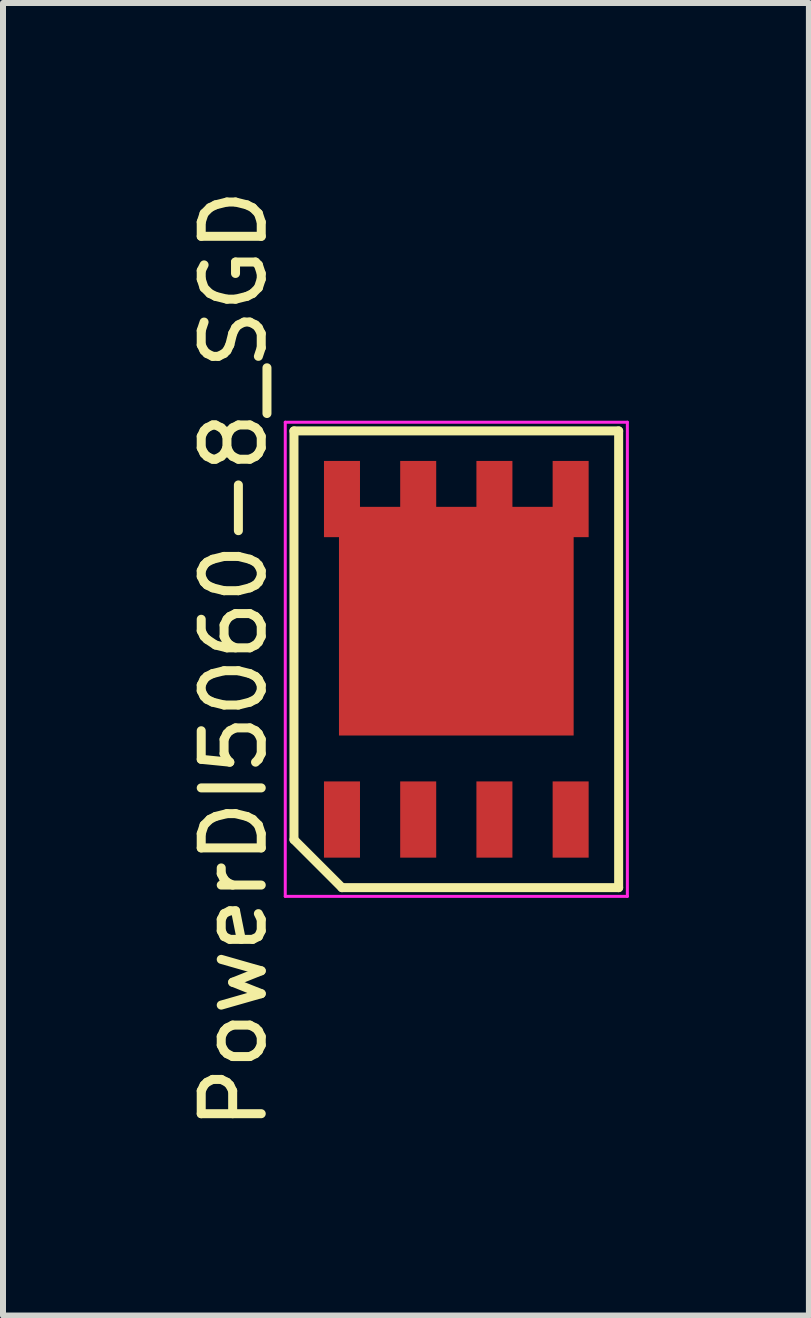
<source format=kicad_pcb>
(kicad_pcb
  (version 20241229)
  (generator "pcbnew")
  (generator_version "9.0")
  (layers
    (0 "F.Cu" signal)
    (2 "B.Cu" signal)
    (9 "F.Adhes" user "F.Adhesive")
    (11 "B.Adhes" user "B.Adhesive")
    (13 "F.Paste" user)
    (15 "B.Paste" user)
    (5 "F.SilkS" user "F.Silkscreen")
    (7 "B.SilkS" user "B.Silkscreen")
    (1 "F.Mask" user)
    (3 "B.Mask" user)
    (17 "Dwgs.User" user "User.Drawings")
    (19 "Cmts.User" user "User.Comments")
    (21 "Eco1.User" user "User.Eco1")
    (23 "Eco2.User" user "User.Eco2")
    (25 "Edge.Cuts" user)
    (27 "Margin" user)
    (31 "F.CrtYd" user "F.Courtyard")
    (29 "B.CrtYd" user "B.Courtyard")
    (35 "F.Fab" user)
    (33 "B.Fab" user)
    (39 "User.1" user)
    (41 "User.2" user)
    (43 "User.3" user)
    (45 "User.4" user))
  (footprint "PowerDI5060-8_SGD"
    (layer "F.Cu")
    (at 4.553 7.935)
    (property "Reference" "PowerDI5060-8_SGD" (at -3.705 0 90) (layer "F.SilkS") (effects (font (size 1 1) (thickness 0.15))))
    (attr smd)
    (fp_line (start -2.705 -3.805) (end 2.705 -3.805) (stroke (width 0.15) (type solid)) (layer "F.SilkS"))
    (fp_line (start -2.705 3.005) (end -2.705 -3.805) (stroke (width 0.15) (type solid)) (layer "F.SilkS"))
    (fp_line (start -1.905 3.805) (end -2.705 3.005) (stroke (width 0.15) (type solid)) (layer "F.SilkS"))
    (fp_line (start 2.705 -3.805) (end 2.705 3.805) (stroke (width 0.15) (type solid)) (layer "F.SilkS"))
    (fp_line (start 2.705 3.805) (end -1.905 3.805) (stroke (width 0.15) (type solid)) (layer "F.SilkS"))
    (fp_line (start -2.85 -3.95) (end 2.85 -3.95) (stroke (width 0.05) (type solid)) (layer "F.CrtYd"))
    (fp_line (start -2.85 3.95) (end -2.85 -3.95) (stroke (width 0.05) (type solid)) (layer "F.CrtYd"))
    (fp_line (start 2.85 -3.95) (end 2.85 3.95) (stroke (width 0.05) (type solid)) (layer "F.CrtYd"))
    (fp_line (start 2.85 3.95) (end -2.85 3.95) (stroke (width 0.05) (type solid)) (layer "F.CrtYd"))
    (pad "1" smd rect (at -1.905 2.67) (size 0.6 1.27) (layers "F.Cu" "F.Mask" "F.Paste"))
    (pad "1" smd rect (at -0.635 2.67) (size 0.6 1.27) (layers "F.Cu" "F.Mask" "F.Paste"))
    (pad "1" smd rect (at 0.635 2.67) (size 0.6 1.27) (layers "F.Cu" "F.Mask" "F.Paste"))
    (pad "2" smd rect (at 1.905 2.67) (size 0.6 1.27) (layers "F.Cu" "F.Mask" "F.Paste"))
    (pad "3" smd rect (at -1.905 -2.67) (size 0.6 1.27) (layers "F.Cu" "F.Mask" "F.Paste"))
    (pad "3" smd rect (at -0.635 -2.67) (size 0.6 1.27) (layers "F.Cu" "F.Mask" "F.Paste"))
    (pad "3" smd rect (at 0 -0.635) (size 3.91 3.81) (layers "F.Cu" "F.Mask" "F.Paste"))
    (pad "3" smd rect (at 0.635 -2.67) (size 0.6 1.27) (layers "F.Cu" "F.Mask" "F.Paste"))
    (pad "3" smd rect (at 1.905 -2.67) (size 0.6 1.27) (layers "F.Cu" "F.Mask" "F.Paste")))
  (gr_rect
    (start -3 -3)
    (end 10.428 18.869)
    (stroke (width 0.1) (type default))
    (fill no)
    (layer "Edge.Cuts")))
</source>
